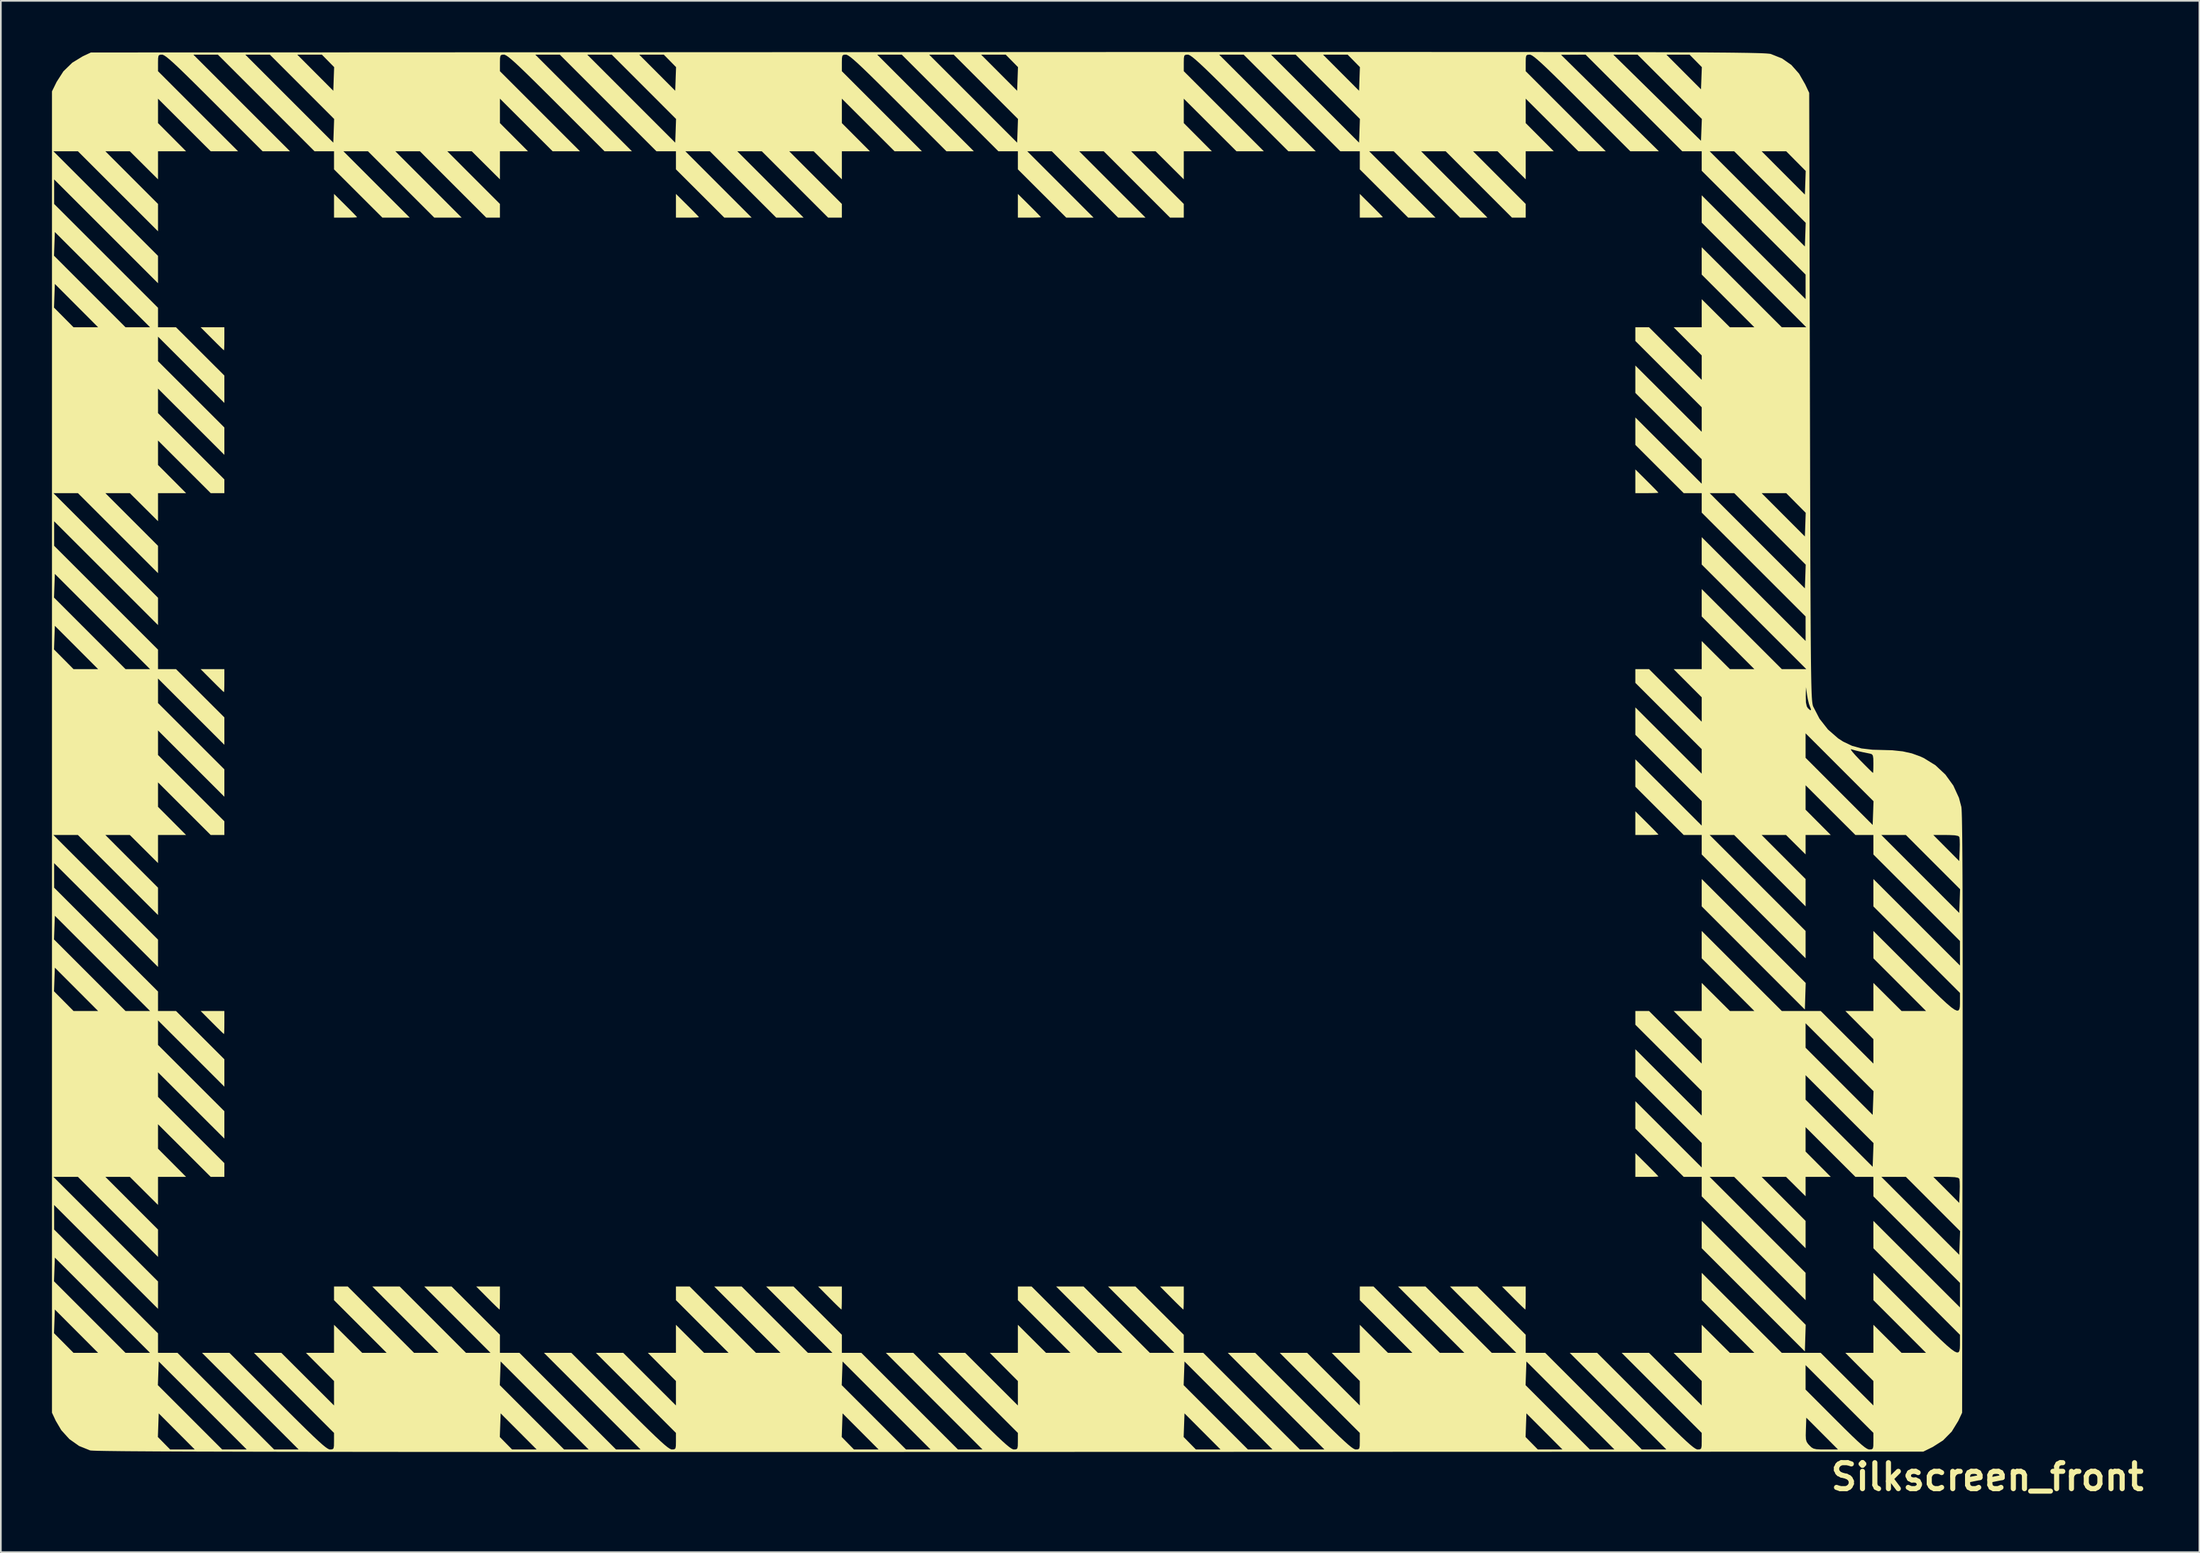
<source format=kicad_pcb>
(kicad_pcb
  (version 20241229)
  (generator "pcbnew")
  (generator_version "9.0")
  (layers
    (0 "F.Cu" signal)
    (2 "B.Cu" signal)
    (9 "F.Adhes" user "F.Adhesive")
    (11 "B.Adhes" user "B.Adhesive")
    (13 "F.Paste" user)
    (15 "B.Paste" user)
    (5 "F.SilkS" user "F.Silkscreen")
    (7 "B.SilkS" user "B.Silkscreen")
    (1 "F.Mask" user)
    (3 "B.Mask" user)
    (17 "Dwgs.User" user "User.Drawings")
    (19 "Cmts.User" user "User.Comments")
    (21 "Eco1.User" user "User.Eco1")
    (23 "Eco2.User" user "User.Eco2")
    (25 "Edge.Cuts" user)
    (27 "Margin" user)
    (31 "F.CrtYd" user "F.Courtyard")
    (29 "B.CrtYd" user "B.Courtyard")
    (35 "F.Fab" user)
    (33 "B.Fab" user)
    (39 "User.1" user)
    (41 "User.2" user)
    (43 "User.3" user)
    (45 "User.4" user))
  (footprint "Silkscreen_front"
    (layer "F.Cu")
    (at 113.58 83.638)
    (property "Reference" "Silkscreen_front" (at 0 0 0) (layer "F.SilkS") (effects (font (size 1.524 1.524) (thickness 0.3))))
    (attr board_only exclude_from_pos_files exclude_from_bom)
    (fp_poly (pts (xy -13.713 -32.043) (xy -10.661 -28.991) (xy -10.686 -28.211) (xy -10.71 -27.43) (xy -13.737 -30.458) (xy -16.764 -33.487) (xy -16.764 -35.094)) (stroke (width 0) (type solid)) (fill yes) (layer "F.SilkS"))
    (fp_poly (pts (xy -13.713 -11.977) (xy -10.661 -8.925) (xy -10.686 -8.145) (xy -10.71 -7.364) (xy -13.737 -10.392) (xy -16.764 -13.421) (xy -16.764 -15.028)) (stroke (width 0) (type solid)) (fill yes) (layer "F.SilkS"))
    (fp_poly (pts (xy -103.463 -66.802) (xy -103.465 -66.487) (xy -103.472 -66.251) (xy -103.483 -66.131) (xy -103.486 -66.125) (xy -103.551 -66.181) (xy -103.71 -66.334) (xy -103.939 -66.559) (xy -104.182 -66.802) (xy -104.856 -67.479) (xy -103.463 -67.479)) (stroke (width 0) (type solid)) (fill yes) (layer "F.SilkS"))
    (fp_poly (pts (xy -103.463 -46.736) (xy -103.465 -46.421) (xy -103.472 -46.185) (xy -103.483 -46.065) (xy -103.486 -46.059) (xy -103.551 -46.115) (xy -103.71 -46.268) (xy -103.939 -46.493) (xy -104.182 -46.736) (xy -104.856 -47.413) (xy -103.463 -47.413)) (stroke (width 0) (type solid)) (fill yes) (layer "F.SilkS"))
    (fp_poly (pts (xy -103.463 -26.67) (xy -103.465 -26.355) (xy -103.472 -26.119) (xy -103.483 -25.999) (xy -103.486 -25.993) (xy -103.551 -26.049) (xy -103.71 -26.202) (xy -103.939 -26.427) (xy -104.182 -26.67) (xy -104.856 -27.347) (xy -103.463 -27.347)) (stroke (width 0) (type solid)) (fill yes) (layer "F.SilkS"))
    (fp_poly (pts (xy -96.351 -74.634) (xy -96.081 -74.364) (xy -95.862 -74.141) (xy -95.719 -73.991) (xy -95.673 -73.937) (xy -95.751 -73.926) (xy -95.959 -73.918) (xy -96.255 -73.914) (xy -96.351 -73.914) (xy -97.028 -73.914) (xy -97.028 -75.307)) (stroke (width 0) (type solid)) (fill yes) (layer "F.SilkS"))
    (fp_poly (pts (xy -87.291 -10.499) (xy -87.294 -10.184) (xy -87.301 -9.947) (xy -87.311 -9.828) (xy -87.314 -9.821) (xy -87.38 -9.878) (xy -87.539 -10.03) (xy -87.768 -10.255) (xy -88.011 -10.499) (xy -88.684 -11.176) (xy -87.291 -11.176)) (stroke (width 0) (type solid)) (fill yes) (layer "F.SilkS"))
    (fp_poly (pts (xy -76.285 -74.634) (xy -76.015 -74.364) (xy -75.796 -74.141) (xy -75.653 -73.991) (xy -75.607 -73.937) (xy -75.685 -73.926) (xy -75.893 -73.918) (xy -76.189 -73.914) (xy -76.285 -73.914) (xy -76.962 -73.914) (xy -76.962 -75.307)) (stroke (width 0) (type solid)) (fill yes) (layer "F.SilkS"))
    (fp_poly (pts (xy -67.225 -10.499) (xy -67.228 -10.184) (xy -67.235 -9.947) (xy -67.245 -9.828) (xy -67.248 -9.821) (xy -67.314 -9.878) (xy -67.473 -10.03) (xy -67.702 -10.255) (xy -67.945 -10.499) (xy -68.618 -11.176) (xy -67.225 -11.176)) (stroke (width 0) (type solid)) (fill yes) (layer "F.SilkS"))
    (fp_poly (pts (xy -56.219 -74.634) (xy -55.949 -74.364) (xy -55.73 -74.141) (xy -55.587 -73.991) (xy -55.541 -73.937) (xy -55.619 -73.926) (xy -55.827 -73.918) (xy -56.123 -73.914) (xy -56.219 -73.914) (xy -56.896 -73.914) (xy -56.896 -75.307)) (stroke (width 0) (type solid)) (fill yes) (layer "F.SilkS"))
    (fp_poly (pts (xy -47.159 -10.499) (xy -47.162 -10.184) (xy -47.169 -9.947) (xy -47.179 -9.828) (xy -47.182 -9.821) (xy -47.248 -9.878) (xy -47.407 -10.03) (xy -47.636 -10.255) (xy -47.879 -10.499) (xy -48.552 -11.176) (xy -47.159 -11.176)) (stroke (width 0) (type solid)) (fill yes) (layer "F.SilkS"))
    (fp_poly (pts (xy -36.153 -74.634) (xy -35.883 -74.364) (xy -35.664 -74.141) (xy -35.521 -73.991) (xy -35.475 -73.937) (xy -35.553 -73.926) (xy -35.761 -73.918) (xy -36.057 -73.914) (xy -36.153 -73.914) (xy -36.83 -73.914) (xy -36.83 -75.307)) (stroke (width 0) (type solid)) (fill yes) (layer "F.SilkS"))
    (fp_poly (pts (xy -27.093 -10.499) (xy -27.096 -10.184) (xy -27.103 -9.947) (xy -27.113 -9.828) (xy -27.116 -9.821) (xy -27.182 -9.878) (xy -27.341 -10.03) (xy -27.57 -10.255) (xy -27.813 -10.499) (xy -28.486 -11.176) (xy -27.093 -11.176)) (stroke (width 0) (type solid)) (fill yes) (layer "F.SilkS"))
    (fp_poly (pts (xy -19.981 -58.462) (xy -19.712 -58.192) (xy -19.493 -57.97) (xy -19.349 -57.819) (xy -19.304 -57.766) (xy -19.382 -57.755) (xy -19.589 -57.747) (xy -19.886 -57.743) (xy -19.981 -57.743) (xy -20.659 -57.743) (xy -20.659 -59.136)) (stroke (width 0) (type solid)) (fill yes) (layer "F.SilkS"))
    (fp_poly (pts (xy -19.981 -38.396) (xy -19.712 -38.126) (xy -19.493 -37.904) (xy -19.349 -37.753) (xy -19.304 -37.7) (xy -19.382 -37.689) (xy -19.589 -37.681) (xy -19.886 -37.677) (xy -19.981 -37.677) (xy -20.659 -37.677) (xy -20.659 -39.07)) (stroke (width 0) (type solid)) (fill yes) (layer "F.SilkS"))
    (fp_poly (pts (xy -19.981 -18.33) (xy -19.712 -18.06) (xy -19.493 -17.838) (xy -19.349 -17.687) (xy -19.304 -17.634) (xy -19.382 -17.623) (xy -19.589 -17.615) (xy -19.886 -17.611) (xy -19.981 -17.611) (xy -20.659 -17.611) (xy -20.659 -19.004)) (stroke (width 0) (type solid)) (fill yes) (layer "F.SilkS"))
    (fp_poly (pts (xy -34.525 -83.638) (xy -32.531 -83.637) (xy -30.661 -83.637) (xy -28.912 -83.636) (xy -27.281 -83.635) (xy -25.762 -83.634) (xy -24.351 -83.632) (xy -23.046 -83.631) (xy -21.841 -83.629) (xy -20.733 -83.626) (xy -19.718 -83.624) (xy -18.791 -83.621) (xy -17.949 -83.617) (xy -17.188 -83.614) (xy -16.503 -83.61) (xy -15.891 -83.605) (xy -15.347 -83.601) (xy -14.867 -83.596) (xy -14.448 -83.59) (xy -14.085 -83.585) (xy -13.775 -83.578) (xy -13.513 -83.572) (xy -13.295 -83.565) (xy -13.117 -83.558) (xy -12.976 -83.55) (xy -12.867 -83.541) (xy -12.786 -83.533) (xy -12.728 -83.524) (xy -12.702 -83.517) (xy -12.049 -83.257) (xy -11.504 -82.877) (xy -11.051 -82.365) (xy -10.688 -81.732) (xy -10.456 -81.238) (xy -10.414 -63.415) (xy -10.409 -61.366) (xy -10.404 -59.479) (xy -10.4 -57.748) (xy -10.395 -56.166) (xy -10.391 -54.725) (xy -10.387 -53.42) (xy -10.382 -52.243) (xy -10.377 -51.187) (xy -10.372 -50.245) (xy -10.367 -49.412) (xy -10.361 -48.679) (xy -10.355 -48.04) (xy -10.348 -47.488) (xy -10.34 -47.016) (xy -10.332 -46.617) (xy -10.323 -46.285) (xy -10.314 -46.013) (xy -10.303 -45.794) (xy -10.291 -45.62) (xy -10.278 -45.485) (xy -10.264 -45.383) (xy -10.249 -45.306) (xy -10.233 -45.248) (xy -10.221 -45.216) (xy -9.851 -44.502) (xy -9.354 -43.868) (xy -8.755 -43.347) (xy -8.461 -43.158) (xy -7.947 -42.913) (xy -7.387 -42.758) (xy -6.739 -42.682) (xy -6.313 -42.671) (xy -5.579 -42.651) (xy -4.968 -42.586) (xy -4.435 -42.468) (xy -3.939 -42.289) (xy -3.725 -42.19) (xy -3.045 -41.769) (xy -2.464 -41.225) (xy -1.998 -40.58) (xy -1.668 -39.86) (xy -1.527 -39.328) (xy -1.515 -39.211) (xy -1.504 -38.992) (xy -1.494 -38.665) (xy -1.486 -38.228) (xy -1.478 -37.674) (xy -1.471 -37.001) (xy -1.465 -36.204) (xy -1.46 -35.278) (xy -1.456 -34.22) (xy -1.454 -33.025) (xy -1.452 -31.689) (xy -1.45 -30.208) (xy -1.45 -28.577) (xy -1.451 -26.792) (xy -1.452 -24.849) (xy -1.455 -22.744) (xy -1.457 -21.294) (xy -1.482 -3.768) (xy -1.707 -3.287) (xy -2.092 -2.659) (xy -2.602 -2.141) (xy -3.205 -1.757) (xy -3.764 -1.482) (xy -57.36 -1.466) (xy -61.11 -1.465) (xy -64.694 -1.464) (xy -68.115 -1.463) (xy -71.376 -1.463) (xy -74.482 -1.463) (xy -77.434 -1.463) (xy -80.237 -1.463) (xy -82.894 -1.463) (xy -85.407 -1.464) (xy -87.781 -1.464) (xy -90.018 -1.465) (xy -92.122 -1.466) (xy -94.096 -1.468) (xy -95.943 -1.47) (xy -97.667 -1.471) (xy -99.271 -1.474) (xy -100.758 -1.476) (xy -102.131 -1.479) (xy -103.394 -1.482) (xy -104.55 -1.485) (xy -105.603 -1.488) (xy -106.555 -1.492) (xy -107.41 -1.496) (xy -108.171 -1.501) (xy -108.842 -1.505) (xy -109.425 -1.51) (xy -109.924 -1.516) (xy -110.343 -1.521) (xy -110.684 -1.527) (xy -110.951 -1.533) (xy -111.147 -1.54) (xy -111.276 -1.547) (xy -111.34 -1.554) (xy -111.343 -1.555) (xy -111.987 -1.814) (xy -112.557 -2.217) (xy -112.671 -2.342) (xy -107.365 -2.342) (xy -107.005 -1.975) (xy -106.645 -1.609) (xy -105.201 -1.609) (xy -106.258 -2.669) (xy -107.315 -3.729) (xy -107.34 -3.035) (xy -107.365 -2.342) (xy -112.671 -2.342) (xy -113.034 -2.744) (xy -113.357 -3.292) (xy -113.58 -3.768) (xy -113.58 -5.385) (xy -107.365 -5.385) (xy -105.478 -3.497) (xy -103.591 -1.609) (xy -102.151 -1.609) (xy -104.733 -4.192) (xy -107.315 -6.775) (xy -107.365 -5.385) (xy -113.58 -5.385) (xy -113.58 -8.436) (xy -113.461 -8.436) (xy -112.888 -7.859) (xy -112.315 -7.281) (xy -110.873 -7.281) (xy -112.142 -8.553) (xy -113.411 -9.824) (xy -113.436 -9.13) (xy -113.461 -8.436) (xy -113.58 -8.436) (xy -113.58 -11.481) (xy -113.461 -11.481) (xy -111.362 -9.381) (xy -109.264 -7.281) (xy -107.824 -7.281) (xy -113.411 -12.871) (xy -113.436 -12.176) (xy -113.461 -11.481) (xy -113.58 -11.481) (xy -113.58 -17.611) (xy -113.495 -17.611) (xy -107.357 -11.471) (xy -107.357 -9.865) (xy -113.453 -15.959) (xy -113.453 -15.239) (xy -113.453 -14.519) (xy -110.405 -11.472) (xy -107.357 -8.425) (xy -107.357 -7.281) (xy -106.213 -7.281) (xy -103.378 -4.445) (xy -100.543 -1.609) (xy -99.103 -1.609) (xy -101.939 -4.445) (xy -104.774 -7.281) (xy -103.165 -7.281) (xy -100.33 -4.445) (xy -99.655 -3.771) (xy -99.087 -3.208) (xy -98.619 -2.748) (xy -98.238 -2.381) (xy -97.935 -2.098) (xy -97.701 -1.889) (xy -97.524 -1.745) (xy -97.395 -1.657) (xy -97.304 -1.615) (xy -97.261 -1.609) (xy -97.13 -1.618) (xy -97.06 -1.672) (xy -97.033 -1.812) (xy -97.028 -2.078) (xy -97.028 -2.095) (xy -97.028 -2.342) (xy -87.299 -2.342) (xy -86.939 -1.975) (xy -86.579 -1.609) (xy -85.135 -1.609) (xy -86.192 -2.669) (xy -87.249 -3.729) (xy -87.274 -3.035) (xy -87.299 -2.342) (xy -97.028 -2.342) (xy -97.028 -2.581) (xy -101.726 -7.281) (xy -100.12 -7.281) (xy -98.574 -5.737) (xy -97.028 -4.193) (xy -97.028 -5.385) (xy -87.299 -5.385) (xy -85.412 -3.497) (xy -83.525 -1.609) (xy -82.085 -1.609) (xy -84.667 -4.192) (xy -87.249 -6.775) (xy -87.299 -5.385) (xy -97.028 -5.385) (xy -97.028 -5.627) (xy -97.852 -6.454) (xy -98.676 -7.281) (xy -97.028 -7.281) (xy -97.028 -8.929) (xy -96.201 -8.105) (xy -95.374 -7.281) (xy -93.939 -7.281) (xy -95.484 -8.827) (xy -97.028 -10.373) (xy -97.028 -11.176) (xy -96.222 -11.176) (xy -94.276 -9.229) (xy -92.33 -7.281) (xy -90.891 -7.281) (xy -92.837 -9.229) (xy -94.783 -11.176) (xy -93.174 -11.176) (xy -91.228 -9.229) (xy -89.282 -7.281) (xy -87.843 -7.281) (xy -89.789 -9.229) (xy -91.735 -11.176) (xy -90.129 -11.176) (xy -88.71 -9.759) (xy -87.291 -8.342) (xy -87.291 -7.281) (xy -86.147 -7.281) (xy -83.312 -4.445) (xy -80.477 -1.609) (xy -79.037 -1.609) (xy -81.873 -4.445) (xy -84.708 -7.281) (xy -83.099 -7.281) (xy -80.264 -4.445) (xy -79.589 -3.771) (xy -79.021 -3.208) (xy -78.553 -2.748) (xy -78.172 -2.381) (xy -77.869 -2.098) (xy -77.635 -1.889) (xy -77.458 -1.745) (xy -77.329 -1.657) (xy -77.238 -1.615) (xy -77.195 -1.609) (xy -77.064 -1.618) (xy -76.994 -1.672) (xy -76.967 -1.812) (xy -76.962 -2.078) (xy -76.962 -2.095) (xy -76.962 -2.342) (xy -67.233 -2.342) (xy -66.873 -1.975) (xy -66.513 -1.609) (xy -65.069 -1.609) (xy -66.126 -2.669) (xy -67.183 -3.729) (xy -67.208 -3.035) (xy -67.233 -2.342) (xy -76.962 -2.342) (xy -76.962 -2.581) (xy -81.66 -7.281) (xy -80.054 -7.281) (xy -78.508 -5.737) (xy -76.962 -4.193) (xy -76.962 -5.385) (xy -67.233 -5.385) (xy -65.346 -3.497) (xy -63.459 -1.609) (xy -62.019 -1.609) (xy -64.601 -4.192) (xy -67.183 -6.775) (xy -67.233 -5.385) (xy -76.962 -5.385) (xy -76.962 -5.627) (xy -77.786 -6.454) (xy -78.61 -7.281) (xy -76.962 -7.281) (xy -76.962 -8.929) (xy -76.135 -8.105) (xy -75.308 -7.281) (xy -73.873 -7.281) (xy -75.418 -8.827) (xy -76.962 -10.373) (xy -76.962 -11.176) (xy -76.156 -11.176) (xy -74.21 -9.229) (xy -72.264 -7.281) (xy -70.825 -7.281) (xy -72.771 -9.229) (xy -74.717 -11.176) (xy -73.108 -11.176) (xy -71.162 -9.229) (xy -69.216 -7.281) (xy -67.777 -7.281) (xy -69.723 -9.229) (xy -71.669 -11.176) (xy -70.063 -11.176) (xy -68.644 -9.759) (xy -67.225 -8.342) (xy -67.225 -7.281) (xy -66.081 -7.281) (xy -63.246 -4.445) (xy -60.411 -1.609) (xy -58.971 -1.609) (xy -61.807 -4.445) (xy -64.642 -7.281) (xy -63.033 -7.281) (xy -60.198 -4.445) (xy -59.523 -3.771) (xy -58.955 -3.208) (xy -58.487 -2.748) (xy -58.106 -2.381) (xy -57.803 -2.098) (xy -57.569 -1.889) (xy -57.392 -1.745) (xy -57.263 -1.657) (xy -57.172 -1.615) (xy -57.129 -1.609) (xy -56.998 -1.618) (xy -56.928 -1.672) (xy -56.901 -1.812) (xy -56.896 -2.078) (xy -56.896 -2.095) (xy -56.896 -2.342) (xy -47.167 -2.342) (xy -46.807 -1.975) (xy -46.447 -1.609) (xy -45.003 -1.609) (xy -46.06 -2.669) (xy -47.117 -3.729) (xy -47.142 -3.035) (xy -47.167 -2.342) (xy -56.896 -2.342) (xy -56.896 -2.581) (xy -61.594 -7.281) (xy -59.988 -7.281) (xy -58.442 -5.737) (xy -56.896 -4.193) (xy -56.896 -5.385) (xy -47.167 -5.385) (xy -45.28 -3.497) (xy -43.393 -1.609) (xy -41.953 -1.609) (xy -44.535 -4.192) (xy -47.117 -6.775) (xy -47.167 -5.385) (xy -56.896 -5.385) (xy -56.896 -5.627) (xy -57.72 -6.454) (xy -58.544 -7.281) (xy -56.896 -7.281) (xy -56.896 -8.929) (xy -56.069 -8.105) (xy -55.242 -7.281) (xy -53.807 -7.281) (xy -55.352 -8.827) (xy -56.896 -10.373) (xy -56.896 -11.176) (xy -56.09 -11.176) (xy -54.144 -9.229) (xy -52.198 -7.281) (xy -50.759 -7.281) (xy -52.705 -9.229) (xy -54.651 -11.176) (xy -53.042 -11.176) (xy -51.096 -9.229) (xy -49.15 -7.281) (xy -47.711 -7.281) (xy -49.657 -9.229) (xy -51.603 -11.176) (xy -49.997 -11.176) (xy -48.578 -9.759) (xy -47.159 -8.342) (xy -47.159 -7.281) (xy -46.015 -7.281) (xy -43.18 -4.445) (xy -40.345 -1.609) (xy -38.905 -1.609) (xy -41.741 -4.445) (xy -44.576 -7.281) (xy -42.967 -7.281) (xy -40.132 -4.445) (xy -39.457 -3.771) (xy -38.889 -3.208) (xy -38.421 -2.748) (xy -38.04 -2.381) (xy -37.737 -2.098) (xy -37.503 -1.889) (xy -37.326 -1.745) (xy -37.197 -1.657) (xy -37.106 -1.615) (xy -37.063 -1.609) (xy -36.932 -1.618) (xy -36.862 -1.672) (xy -36.835 -1.812) (xy -36.83 -2.078) (xy -36.83 -2.095) (xy -36.83 -2.342) (xy -27.101 -2.342) (xy -26.741 -1.975) (xy -26.381 -1.609) (xy -24.937 -1.609) (xy -25.994 -2.669) (xy -27.051 -3.729) (xy -27.076 -3.035) (xy -27.101 -2.342) (xy -36.83 -2.342) (xy -36.83 -2.581) (xy -41.528 -7.281) (xy -39.922 -7.281) (xy -38.376 -5.737) (xy -36.83 -4.193) (xy -36.83 -5.385) (xy -27.101 -5.385) (xy -25.214 -3.497) (xy -23.327 -1.609) (xy -21.887 -1.609) (xy -24.469 -4.192) (xy -27.051 -6.775) (xy -27.101 -5.385) (xy -36.83 -5.385) (xy -36.83 -5.627) (xy -37.654 -6.454) (xy -38.478 -7.281) (xy -36.83 -7.281) (xy -36.83 -8.929) (xy -36.003 -8.105) (xy -35.176 -7.281) (xy -33.741 -7.281) (xy -35.286 -8.827) (xy -36.83 -10.373) (xy -36.83 -11.176) (xy -36.024 -11.176) (xy -34.078 -9.229) (xy -32.132 -7.281) (xy -30.693 -7.281) (xy -32.639 -9.229) (xy -34.585 -11.176) (xy -32.976 -11.176) (xy -31.03 -9.229) (xy -29.084 -7.281) (xy -27.645 -7.281) (xy -29.591 -9.229) (xy -31.537 -11.176) (xy -29.931 -11.176) (xy -28.512 -9.759) (xy -27.093 -8.342) (xy -27.093 -7.281) (xy -25.949 -7.281) (xy -23.114 -4.445) (xy -20.279 -1.609) (xy -18.839 -1.609) (xy -21.675 -4.445) (xy -24.51 -7.281) (xy -22.901 -7.281) (xy -20.066 -4.445) (xy -19.391 -3.771) (xy -18.823 -3.208) (xy -18.355 -2.748) (xy -17.974 -2.381) (xy -17.671 -2.098) (xy -17.437 -1.889) (xy -17.26 -1.745) (xy -17.131 -1.657) (xy -17.04 -1.615) (xy -16.997 -1.609) (xy -16.866 -1.618) (xy -16.796 -1.672) (xy -16.769 -1.812) (xy -16.764 -2.078) (xy -16.764 -2.095) (xy -16.764 -2.436) (xy -10.659 -2.436) (xy -10.648 -2.21) (xy -10.605 -2.059) (xy -10.522 -1.935) (xy -10.444 -1.85) (xy -10.321 -1.732) (xy -10.197 -1.661) (xy -10.027 -1.624) (xy -9.767 -1.61) (xy -9.489 -1.609) (xy -8.766 -1.609) (xy -9.696 -2.542) (xy -10.626 -3.475) (xy -10.65 -2.783) (xy -10.659 -2.436) (xy -16.764 -2.436) (xy -16.764 -2.581) (xy -21.462 -7.281) (xy -19.856 -7.281) (xy -18.31 -5.737) (xy -16.764 -4.193) (xy -16.764 -5.627) (xy -17.588 -6.454) (xy -17.694 -6.56) (xy -10.668 -6.56) (xy -10.668 -5.124) (xy -8.912 -3.366) (xy -8.387 -2.843) (xy -7.966 -2.431) (xy -7.636 -2.117) (xy -7.383 -1.89) (xy -7.194 -1.738) (xy -7.056 -1.649) (xy -6.956 -1.612) (xy -6.922 -1.609) (xy -6.791 -1.618) (xy -6.721 -1.672) (xy -6.694 -1.811) (xy -6.689 -2.077) (xy -6.689 -2.096) (xy -6.689 -2.584) (xy -8.678 -4.572) (xy -10.668 -6.56) (xy -17.694 -6.56) (xy -18.412 -7.281) (xy -16.764 -7.281) (xy -16.764 -8.929) (xy -15.937 -8.105) (xy -15.11 -7.281) (xy -13.675 -7.281) (xy -15.22 -8.827) (xy -16.764 -10.373) (xy -16.764 -11.979) (xy -12.064 -7.281) (xy -9.781 -7.281) (xy -8.235 -5.737) (xy -6.689 -4.193) (xy -6.689 -5.627) (xy -7.513 -6.454) (xy -8.336 -7.281) (xy -6.689 -7.281) (xy -6.689 -8.929) (xy -5.035 -7.281) (xy -3.6 -7.281) (xy -5.144 -8.827) (xy -6.689 -10.373) (xy -6.689 -11.979) (xy -4.339 -9.63) (xy -3.698 -8.991) (xy -3.166 -8.465) (xy -2.733 -8.046) (xy -2.388 -7.726) (xy -2.122 -7.5) (xy -1.925 -7.361) (xy -1.786 -7.301) (xy -1.695 -7.314) (xy -1.642 -7.393) (xy -1.617 -7.532) (xy -1.609 -7.723) (xy -1.609 -7.811) (xy -1.609 -8.341) (xy -4.149 -10.88) (xy -6.689 -13.419) (xy -6.689 -15.027) (xy -4.149 -12.488) (xy -1.609 -9.949) (xy -1.609 -11.389) (xy -4.149 -13.928) (xy -6.689 -16.467) (xy -6.689 -17.611) (xy -6.222 -17.611) (xy -1.651 -13.037) (xy -1.626 -13.732) (xy -1.601 -14.427) (xy -3.192 -16.019) (xy -4.782 -17.611) (xy -3.171 -17.611) (xy -1.651 -16.082) (xy -1.626 -16.733) (xy -1.619 -17.06) (xy -1.625 -17.328) (xy -1.641 -17.486) (xy -1.645 -17.497) (xy -1.722 -17.557) (xy -1.915 -17.593) (xy -2.244 -17.609) (xy -2.43 -17.611) (xy -3.171 -17.611) (xy -4.782 -17.611) (xy -6.222 -17.611) (xy -6.689 -17.611) (xy -7.745 -17.611) (xy -9.207 -19.07) (xy -10.668 -20.53) (xy -10.668 -19.096) (xy -9.19 -17.611) (xy -10.668 -17.611) (xy -10.668 -16.472) (xy -11.242 -17.041) (xy -11.815 -17.611) (xy -13.248 -17.611) (xy -11.958 -16.319) (xy -10.668 -15.026) (xy -10.668 -13.421) (xy -14.86 -17.611) (xy -16.297 -17.611) (xy -13.483 -14.795) (xy -10.668 -11.979) (xy -10.668 -10.373) (xy -16.764 -16.467) (xy -16.764 -17.611) (xy -17.821 -17.611) (xy -19.24 -19.028) (xy -20.659 -20.445) (xy -20.659 -22.054) (xy -18.711 -20.108) (xy -16.764 -18.162) (xy -16.764 -19.602) (xy -18.711 -21.548) (xy -20.659 -23.494) (xy -20.659 -25.102) (xy -18.711 -23.156) (xy -16.764 -21.21) (xy -16.764 -22.65) (xy -17.694 -23.579) (xy -10.668 -23.579) (xy -10.668 -22.142) (xy -8.7 -20.171) (xy -6.731 -18.201) (xy -6.706 -18.897) (xy -6.681 -19.592) (xy -8.675 -21.586) (xy -10.668 -23.579) (xy -17.694 -23.579) (xy -18.711 -24.596) (xy -20.659 -26.542) (xy -20.659 -27.347) (xy -20.257 -27.347) (xy -19.856 -27.347) (xy -18.31 -25.803) (xy -16.764 -24.259) (xy -16.764 -25.693) (xy -17.588 -26.52) (xy -17.694 -26.627) (xy -10.668 -26.627) (xy -10.668 -25.19) (xy -8.7 -23.219) (xy -6.731 -21.249) (xy -6.706 -21.945) (xy -6.681 -22.64) (xy -8.675 -24.634) (xy -10.668 -26.627) (xy -17.694 -26.627) (xy -18.412 -27.347) (xy -16.764 -27.347) (xy -16.764 -28.995) (xy -15.937 -28.171) (xy -15.11 -27.347) (xy -13.675 -27.347) (xy -15.22 -28.893) (xy -16.764 -30.439) (xy -16.764 -32.045) (xy -12.064 -27.347) (xy -9.781 -27.347) (xy -8.235 -25.803) (xy -6.689 -24.259) (xy -6.689 -25.693) (xy -7.513 -26.52) (xy -8.336 -27.347) (xy -6.689 -27.347) (xy -6.689 -28.995) (xy -5.035 -27.347) (xy -4.317 -27.347) (xy -3.6 -27.347) (xy -5.144 -28.893) (xy -6.689 -30.439) (xy -6.689 -32.045) (xy -4.339 -29.696) (xy -3.698 -29.057) (xy -3.166 -28.531) (xy -2.733 -28.112) (xy -2.388 -27.792) (xy -2.122 -27.566) (xy -1.925 -27.427) (xy -1.786 -27.367) (xy -1.695 -27.38) (xy -1.642 -27.459) (xy -1.617 -27.598) (xy -1.609 -27.789) (xy -1.609 -27.877) (xy -1.609 -28.407) (xy -4.149 -30.946) (xy -6.689 -33.485) (xy -6.689 -35.093) (xy -4.149 -32.554) (xy -1.609 -30.015) (xy -1.609 -31.455) (xy -4.149 -33.994) (xy -6.689 -36.533) (xy -6.689 -37.677) (xy -6.222 -37.677) (xy -1.651 -33.103) (xy -1.626 -33.798) (xy -1.601 -34.493) (xy -3.192 -36.085) (xy -4.782 -37.677) (xy -3.171 -37.677) (xy -1.651 -36.148) (xy -1.626 -36.799) (xy -1.619 -37.126) (xy -1.625 -37.394) (xy -1.641 -37.552) (xy -1.645 -37.563) (xy -1.722 -37.623) (xy -1.915 -37.659) (xy -2.244 -37.675) (xy -2.43 -37.677) (xy -3.171 -37.677) (xy -4.782 -37.677) (xy -6.222 -37.677) (xy -6.689 -37.677) (xy -7.745 -37.677) (xy -9.207 -39.136) (xy -10.668 -40.596) (xy -10.668 -39.162) (xy -9.19 -37.677) (xy -10.668 -37.677) (xy -10.668 -36.538) (xy -11.242 -37.107) (xy -11.815 -37.677) (xy -13.248 -37.677) (xy -11.958 -36.385) (xy -10.668 -35.092) (xy -10.668 -33.487) (xy -14.86 -37.677) (xy -16.297 -37.677) (xy -13.483 -34.861) (xy -10.668 -32.045) (xy -10.668 -30.439) (xy -16.764 -36.533) (xy -16.764 -37.677) (xy -17.821 -37.677) (xy -19.24 -39.094) (xy -20.659 -40.511) (xy -20.659 -42.12) (xy -18.711 -40.174) (xy -16.764 -38.228) (xy -16.764 -39.668) (xy -18.711 -41.614) (xy -20.659 -43.56) (xy -20.659 -45.168) (xy -18.711 -43.222) (xy -16.764 -41.276) (xy -16.764 -42.716) (xy -17.694 -43.645) (xy -10.668 -43.645) (xy -10.668 -42.208) (xy -8.7 -40.237) (xy -6.731 -38.267) (xy -6.706 -38.963) (xy -6.681 -39.658) (xy -8.675 -41.652) (xy -9.707 -42.685) (xy -8.011 -42.685) (xy -7.918 -42.556) (xy -7.737 -42.348) (xy -7.485 -42.082) (xy -7.453 -42.049) (xy -7.174 -41.767) (xy -6.942 -41.536) (xy -6.78 -41.378) (xy -6.712 -41.317) (xy -6.712 -41.317) (xy -6.7 -41.395) (xy -6.692 -41.597) (xy -6.689 -41.866) (xy -6.694 -42.164) (xy -6.719 -42.334) (xy -6.776 -42.416) (xy -6.879 -42.451) (xy -6.879 -42.451) (xy -7.324 -42.541) (xy -7.696 -42.627) (xy -7.953 -42.698) (xy -8.001 -42.715) (xy -8.011 -42.685) (xy -9.707 -42.685) (xy -10.668 -43.645) (xy -17.694 -43.645) (xy -18.711 -44.662) (xy -20.659 -46.608) (xy -20.659 -47.413) (xy -20.257 -47.413) (xy -19.856 -47.413) (xy -18.31 -45.869) (xy -16.764 -44.325) (xy -16.764 -45.759) (xy -16.816 -45.811) (xy -10.658 -45.811) (xy -10.648 -45.456) (xy -10.598 -45.227) (xy -10.527 -45.112) (xy -10.394 -44.999) (xy -10.346 -45.027) (xy -10.399 -45.184) (xy -10.41 -45.205) (xy -10.475 -45.386) (xy -10.54 -45.663) (xy -10.576 -45.868) (xy -10.647 -46.355) (xy -10.658 -45.811) (xy -16.816 -45.811) (xy -17.588 -46.586) (xy -18.412 -47.413) (xy -16.764 -47.413) (xy -16.764 -49.061) (xy -15.937 -48.237) (xy -15.11 -47.413) (xy -13.675 -47.413) (xy -15.22 -48.959) (xy -16.764 -50.505) (xy -16.764 -52.111) (xy -12.064 -47.413) (xy -10.627 -47.413) (xy -13.695 -50.483) (xy -16.764 -53.553) (xy -16.764 -55.159) (xy -13.716 -52.112) (xy -10.668 -49.065) (xy -10.668 -50.505) (xy -16.764 -56.599) (xy -16.764 -57.743) (xy -16.297 -57.743) (xy -10.71 -52.153) (xy -10.685 -52.848) (xy -10.661 -53.543) (xy -12.759 -55.643) (xy -14.858 -57.743) (xy -13.248 -57.743) (xy -11.979 -56.471) (xy -10.71 -55.2) (xy -10.685 -55.894) (xy -10.661 -56.588) (xy -11.234 -57.165) (xy -11.806 -57.743) (xy -13.248 -57.743) (xy -14.858 -57.743) (xy -16.297 -57.743) (xy -16.764 -57.743) (xy -17.821 -57.743) (xy -19.24 -59.16) (xy -20.659 -60.577) (xy -20.659 -62.186) (xy -18.711 -60.24) (xy -16.764 -58.294) (xy -16.764 -59.734) (xy -18.711 -61.68) (xy -20.659 -63.626) (xy -20.659 -65.234) (xy -18.711 -63.288) (xy -16.764 -61.342) (xy -16.764 -62.782) (xy -18.711 -64.728) (xy -20.659 -66.674) (xy -20.659 -67.479) (xy -20.257 -67.479) (xy -19.856 -67.479) (xy -18.31 -65.935) (xy -16.764 -64.391) (xy -16.764 -65.825) (xy -17.588 -66.652) (xy -18.412 -67.479) (xy -17.588 -67.479) (xy -16.764 -67.479) (xy -16.764 -69.127) (xy -15.937 -68.303) (xy -15.11 -67.479) (xy -14.393 -67.479) (xy -13.675 -67.479) (xy -15.22 -69.025) (xy -16.764 -70.571) (xy -16.764 -72.177) (xy -14.414 -69.828) (xy -12.064 -67.479) (xy -11.345 -67.479) (xy -10.627 -67.479) (xy -13.695 -70.549) (xy -16.764 -73.619) (xy -16.764 -75.225) (xy -13.716 -72.178) (xy -10.668 -69.131) (xy -10.668 -70.571) (xy -16.764 -76.665) (xy -16.764 -77.809) (xy -16.297 -77.809) (xy -10.71 -72.219) (xy -10.685 -72.914) (xy -10.661 -73.609) (xy -12.759 -75.709) (xy -14.858 -77.809) (xy -13.248 -77.809) (xy -11.979 -76.537) (xy -10.71 -75.266) (xy -10.685 -75.96) (xy -10.661 -76.654) (xy -11.234 -77.231) (xy -11.806 -77.809) (xy -13.248 -77.809) (xy -14.858 -77.809) (xy -16.297 -77.809) (xy -16.764 -77.809) (xy -17.908 -77.809) (xy -20.743 -80.645) (xy -23.579 -83.481) (xy -21.951 -83.481) (xy -19.379 -80.953) (xy -16.806 -78.425) (xy -16.781 -79.065) (xy -16.756 -79.705) (xy -18.643 -81.593) (xy -20.53 -83.481) (xy -21.241 -83.481) (xy -21.951 -83.481) (xy -18.836 -83.481) (xy -16.806 -81.446) (xy -16.781 -82.097) (xy -16.756 -82.747) (xy -17.116 -83.114) (xy -17.477 -83.481) (xy -18.156 -83.481) (xy -18.836 -83.481) (xy -21.951 -83.481) (xy -23.579 -83.481) (xy -24.299 -83.477) (xy -25.019 -83.473) (xy -22.148 -80.641) (xy -19.277 -77.809) (xy -20.956 -77.809) (xy -23.791 -80.645) (xy -24.467 -81.319) (xy -25.034 -81.882) (xy -25.503 -82.342) (xy -25.883 -82.709) (xy -26.186 -82.992) (xy -26.421 -83.201) (xy -26.597 -83.345) (xy -26.726 -83.433) (xy -26.818 -83.475) (xy -26.86 -83.481) (xy -26.991 -83.472) (xy -27.061 -83.418) (xy -27.088 -83.278) (xy -27.093 -83.012) (xy -27.093 -82.995) (xy -27.093 -82.509) (xy -24.744 -80.159) (xy -22.395 -77.809) (xy -24.001 -77.809) (xy -25.547 -79.353) (xy -27.093 -80.897) (xy -27.093 -79.463) (xy -26.269 -78.636) (xy -25.446 -77.809) (xy -27.093 -77.809) (xy -27.093 -76.161) (xy -27.92 -76.985) (xy -28.747 -77.809) (xy -30.182 -77.809) (xy -28.638 -76.263) (xy -27.093 -74.717) (xy -27.093 -74.315) (xy -27.093 -73.914) (xy -27.899 -73.914) (xy -29.845 -75.861) (xy -31.791 -77.809) (xy -33.23 -77.809) (xy -31.284 -75.861) (xy -29.338 -73.914) (xy -30.947 -73.914) (xy -32.893 -75.861) (xy -34.839 -77.809) (xy -36.278 -77.809) (xy -34.332 -75.861) (xy -32.386 -73.914) (xy -33.992 -73.914) (xy -35.411 -75.331) (xy -36.83 -76.748) (xy -36.83 -77.809) (xy -37.974 -77.809) (xy -40.809 -80.645) (xy -43.645 -83.481) (xy -42.036 -83.481) (xy -39.454 -80.898) (xy -36.872 -78.315) (xy -36.847 -79.01) (xy -36.823 -79.705) (xy -38.709 -81.593) (xy -40.596 -83.481) (xy -38.986 -83.481) (xy -37.929 -82.421) (xy -36.872 -81.361) (xy -36.848 -82.055) (xy -36.823 -82.748) (xy -37.183 -83.115) (xy -37.543 -83.481) (xy -38.265 -83.481) (xy -38.986 -83.481) (xy -40.596 -83.481) (xy -42.036 -83.481) (xy -43.645 -83.481) (xy -45.084 -83.481) (xy -42.249 -80.645) (xy -39.413 -77.809) (xy -41.022 -77.809) (xy -43.857 -80.645) (xy -44.533 -81.319) (xy -45.1 -81.882) (xy -45.569 -82.342) (xy -45.949 -82.709) (xy -46.252 -82.992) (xy -46.487 -83.201) (xy -46.663 -83.345) (xy -46.792 -83.433) (xy -46.884 -83.475) (xy -46.926 -83.481) (xy -47.057 -83.472) (xy -47.127 -83.418) (xy -47.154 -83.278) (xy -47.159 -83.012) (xy -47.159 -82.995) (xy -47.159 -82.509) (xy -44.81 -80.159) (xy -42.461 -77.809) (xy -44.067 -77.809) (xy -45.613 -79.353) (xy -47.159 -80.897) (xy -47.159 -79.463) (xy -46.335 -78.636) (xy -45.512 -77.809) (xy -47.159 -77.809) (xy -47.159 -76.161) (xy -47.986 -76.985) (xy -48.813 -77.809) (xy -50.248 -77.809) (xy -48.704 -76.263) (xy -47.159 -74.717) (xy -47.159 -74.315) (xy -47.159 -73.914) (xy -47.965 -73.914) (xy -49.911 -75.861) (xy -51.857 -77.809) (xy -53.296 -77.809) (xy -51.35 -75.861) (xy -49.404 -73.914) (xy -51.013 -73.914) (xy -52.959 -75.861) (xy -54.905 -77.809) (xy -56.344 -77.809) (xy -54.398 -75.861) (xy -52.452 -73.914) (xy -54.058 -73.914) (xy -55.477 -75.331) (xy -56.896 -76.748) (xy -56.896 -77.809) (xy -58.04 -77.809) (xy -60.875 -80.645) (xy -63.711 -83.481) (xy -62.102 -83.481) (xy -59.52 -80.898) (xy -56.938 -78.315) (xy -56.913 -79.01) (xy -56.889 -79.705) (xy -58.775 -81.593) (xy -60.662 -83.481) (xy -59.052 -83.481) (xy -57.995 -82.421) (xy -56.938 -81.361) (xy -56.914 -82.055) (xy -56.889 -82.748) (xy -57.249 -83.115) (xy -57.609 -83.481) (xy -58.331 -83.481) (xy -59.052 -83.481) (xy -60.662 -83.481) (xy -62.102 -83.481) (xy -63.711 -83.481) (xy -65.15 -83.481) (xy -62.315 -80.645) (xy -59.479 -77.809) (xy -61.088 -77.809) (xy -63.923 -80.645) (xy -64.599 -81.319) (xy -65.166 -81.882) (xy -65.635 -82.342) (xy -66.015 -82.709) (xy -66.318 -82.992) (xy -66.553 -83.201) (xy -66.729 -83.345) (xy -66.858 -83.433) (xy -66.95 -83.475) (xy -66.992 -83.481) (xy -67.123 -83.472) (xy -67.193 -83.418) (xy -67.22 -83.278) (xy -67.225 -83.012) (xy -67.225 -82.995) (xy -67.225 -82.509) (xy -64.876 -80.159) (xy -62.527 -77.809) (xy -64.133 -77.809) (xy -65.679 -79.353) (xy -67.225 -80.897) (xy -67.225 -79.463) (xy -66.401 -78.636) (xy -65.578 -77.809) (xy -67.225 -77.809) (xy -67.225 -76.985) (xy -67.225 -76.161) (xy -68.052 -76.985) (xy -68.879 -77.809) (xy -70.314 -77.809) (xy -68.77 -76.263) (xy -67.225 -74.717) (xy -67.225 -73.914) (xy -68.031 -73.914) (xy -69.977 -75.861) (xy -71.923 -77.809) (xy -73.362 -77.809) (xy -71.416 -75.861) (xy -69.47 -73.914) (xy -71.079 -73.914) (xy -73.025 -75.861) (xy -74.971 -77.809) (xy -76.41 -77.809) (xy -74.464 -75.861) (xy -72.518 -73.914) (xy -74.124 -73.914) (xy -75.543 -75.331) (xy -76.962 -76.748) (xy -76.962 -77.809) (xy -78.106 -77.809) (xy -80.941 -80.645) (xy -83.777 -83.481) (xy -82.168 -83.481) (xy -79.586 -80.898) (xy -77.004 -78.315) (xy -76.979 -79.01) (xy -76.955 -79.705) (xy -78.841 -81.593) (xy -80.728 -83.481) (xy -79.118 -83.481) (xy -78.061 -82.421) (xy -77.004 -81.361) (xy -76.98 -82.055) (xy -76.955 -82.748) (xy -77.315 -83.115) (xy -77.675 -83.481) (xy -78.397 -83.481) (xy -79.118 -83.481) (xy -80.728 -83.481) (xy -82.168 -83.481) (xy -83.777 -83.481) (xy -85.216 -83.481) (xy -82.381 -80.645) (xy -79.545 -77.809) (xy -81.154 -77.809) (xy -83.989 -80.645) (xy -84.665 -81.319) (xy -85.232 -81.882) (xy -85.701 -82.342) (xy -86.081 -82.709) (xy -86.384 -82.992) (xy -86.619 -83.201) (xy -86.795 -83.345) (xy -86.924 -83.433) (xy -87.016 -83.475) (xy -87.058 -83.481) (xy -87.189 -83.472) (xy -87.259 -83.418) (xy -87.286 -83.278) (xy -87.291 -83.012) (xy -87.291 -82.995) (xy -87.291 -82.509) (xy -84.942 -80.159) (xy -82.593 -77.809) (xy -84.199 -77.809) (xy -85.745 -79.353) (xy -87.291 -80.897) (xy -87.291 -79.463) (xy -86.467 -78.636) (xy -85.644 -77.809) (xy -87.291 -77.809) (xy -87.291 -76.161) (xy -88.118 -76.985) (xy -88.945 -77.809) (xy -90.38 -77.809) (xy -88.836 -76.263) (xy -87.291 -74.717) (xy -87.291 -73.914) (xy -88.097 -73.914) (xy -90.043 -75.861) (xy -91.989 -77.809) (xy -93.428 -77.809) (xy -91.482 -75.861) (xy -89.536 -73.914) (xy -91.145 -73.914) (xy -93.091 -75.861) (xy -95.037 -77.809) (xy -96.476 -77.809) (xy -94.53 -75.861) (xy -92.584 -73.914) (xy -94.19 -73.914) (xy -95.609 -75.331) (xy -97.028 -76.748) (xy -97.028 -77.809) (xy -98.172 -77.809) (xy -101.007 -80.645) (xy -103.843 -83.481) (xy -102.234 -83.481) (xy -99.652 -80.898) (xy -97.07 -78.315) (xy -97.045 -79.01) (xy -97.021 -79.705) (xy -98.907 -81.593) (xy -100.794 -83.481) (xy -99.184 -83.481) (xy -98.127 -82.421) (xy -97.07 -81.361) (xy -97.046 -82.055) (xy -97.021 -82.748) (xy -97.381 -83.115) (xy -97.741 -83.481) (xy -98.463 -83.481) (xy -99.184 -83.481) (xy -100.794 -83.481) (xy -102.234 -83.481) (xy -103.843 -83.481) (xy -105.282 -83.481) (xy -102.447 -80.645) (xy -99.611 -77.809) (xy -101.22 -77.809) (xy -104.055 -80.645) (xy -104.731 -81.319) (xy -105.298 -81.882) (xy -105.767 -82.342) (xy -106.147 -82.709) (xy -106.45 -82.992) (xy -106.685 -83.201) (xy -106.861 -83.345) (xy -106.99 -83.433) (xy -107.082 -83.475) (xy -107.124 -83.481) (xy -107.255 -83.472) (xy -107.325 -83.418) (xy -107.352 -83.278) (xy -107.357 -83.012) (xy -107.357 -82.995) (xy -107.357 -82.509) (xy -102.659 -77.809) (xy -104.265 -77.809) (xy -105.811 -79.353) (xy -107.357 -80.897) (xy -107.357 -80.18) (xy -107.357 -79.463) (xy -106.533 -78.636) (xy -105.71 -77.809) (xy -107.357 -77.809) (xy -107.357 -76.985) (xy -107.357 -76.161) (xy -108.184 -76.985) (xy -109.011 -77.809) (xy -110.446 -77.809) (xy -108.902 -76.263) (xy -107.357 -74.717) (xy -107.357 -73.111) (xy -109.707 -75.46) (xy -112.057 -77.809) (xy -113.495 -77.809) (xy -110.426 -74.739) (xy -107.357 -71.669) (xy -107.357 -70.063) (xy -113.453 -76.157) (xy -113.453 -74.717) (xy -110.405 -71.67) (xy -107.357 -68.623) (xy -107.357 -68.051) (xy -107.357 -67.479) (xy -106.301 -67.479) (xy -104.882 -66.062) (xy -103.463 -64.645) (xy -103.463 -63.036) (xy -107.357 -66.928) (xy -107.357 -65.488) (xy -105.41 -63.542) (xy -103.463 -61.596) (xy -103.463 -59.988) (xy -107.357 -63.88) (xy -107.357 -62.44) (xy -105.41 -60.494) (xy -103.463 -58.548) (xy -103.463 -57.743) (xy -104.265 -57.743) (xy -105.811 -59.287) (xy -107.357 -60.831) (xy -107.357 -60.114) (xy -107.357 -59.397) (xy -106.533 -58.57) (xy -105.71 -57.743) (xy -107.357 -57.743) (xy -107.357 -56.919) (xy -107.357 -56.095) (xy -108.184 -56.919) (xy -109.011 -57.743) (xy -110.446 -57.743) (xy -108.902 -56.197) (xy -107.357 -54.651) (xy -107.357 -53.848) (xy -107.357 -53.045) (xy -109.707 -55.394) (xy -112.057 -57.743) (xy -113.495 -57.743) (xy -107.357 -51.603) (xy -107.357 -50.8) (xy -107.357 -49.997) (xy -113.453 -56.091) (xy -113.453 -54.651) (xy -110.405 -51.604) (xy -107.357 -48.557) (xy -107.357 -47.985) (xy -107.357 -47.413) (xy -106.301 -47.413) (xy -104.882 -45.996) (xy -103.463 -44.579) (xy -103.463 -42.97) (xy -107.357 -46.862) (xy -107.357 -45.422) (xy -105.41 -43.476) (xy -103.463 -41.53) (xy -103.463 -39.922) (xy -107.357 -43.814) (xy -107.357 -42.374) (xy -105.41 -40.428) (xy -103.463 -38.482) (xy -103.463 -37.677) (xy -104.265 -37.677) (xy -105.811 -39.221) (xy -107.357 -40.765) (xy -107.357 -39.331) (xy -106.533 -38.504) (xy -105.71 -37.677) (xy -107.357 -37.677) (xy -107.357 -36.853) (xy -107.357 -36.029) (xy -108.184 -36.853) (xy -109.011 -37.677) (xy -110.446 -37.677) (xy -108.902 -36.131) (xy -107.357 -34.585) (xy -107.357 -32.979) (xy -109.707 -35.328) (xy -112.057 -37.677) (xy -113.495 -37.677) (xy -110.426 -34.607) (xy -107.357 -31.537) (xy -107.357 -29.931) (xy -113.453 -36.025) (xy -113.453 -35.305) (xy -113.453 -34.585) (xy -110.405 -31.538) (xy -107.357 -28.491) (xy -107.357 -27.347) (xy -106.301 -27.347) (xy -104.882 -25.93) (xy -103.463 -24.513) (xy -103.463 -22.904) (xy -107.357 -26.796) (xy -107.357 -25.356) (xy -105.41 -23.41) (xy -103.463 -21.464) (xy -103.463 -19.856) (xy -107.357 -23.748) (xy -107.357 -22.308) (xy -105.41 -20.362) (xy -103.463 -18.416) (xy -103.463 -17.611) (xy -104.265 -17.611) (xy -105.811 -19.155) (xy -107.357 -20.699) (xy -107.357 -19.265) (xy -106.533 -18.438) (xy -105.71 -17.611) (xy -107.357 -17.611) (xy -107.357 -16.787) (xy -107.357 -15.963) (xy -108.184 -16.787) (xy -109.011 -17.611) (xy -110.446 -17.611) (xy -108.902 -16.065) (xy -107.357 -14.519) (xy -107.357 -12.913) (xy -109.707 -15.262) (xy -112.057 -17.611) (xy -113.495 -17.611) (xy -113.58 -17.611) (xy -113.58 -28.502) (xy -113.461 -28.502) (xy -112.888 -27.925) (xy -112.315 -27.347) (xy -110.873 -27.347) (xy -112.142 -28.619) (xy -113.411 -29.89) (xy -113.436 -29.196) (xy -113.461 -28.502) (xy -113.58 -28.502) (xy -113.58 -31.547) (xy -113.461 -31.547) (xy -111.362 -29.447) (xy -109.264 -27.347) (xy -107.824 -27.347) (xy -113.411 -32.937) (xy -113.436 -32.242) (xy -113.461 -31.547) (xy -113.58 -31.547) (xy -113.58 -48.568) (xy -113.461 -48.568) (xy -112.888 -47.991) (xy -112.315 -47.413) (xy -110.873 -47.413) (xy -112.142 -48.685) (xy -113.411 -49.956) (xy -113.436 -49.262) (xy -113.461 -48.568) (xy -113.58 -48.568) (xy -113.58 -51.613) (xy -113.461 -51.613) (xy -111.362 -49.513) (xy -109.264 -47.413) (xy -107.824 -47.413) (xy -113.411 -53.003) (xy -113.436 -52.308) (xy -113.461 -51.613) (xy -113.58 -51.613) (xy -113.58 -68.634) (xy -113.461 -68.634) (xy -112.888 -68.057) (xy -112.315 -67.479) (xy -110.873 -67.479) (xy -112.142 -68.751) (xy -113.411 -70.022) (xy -113.436 -69.328) (xy -113.461 -68.634) (xy -113.58 -68.634) (xy -113.58 -71.679) (xy -113.461 -71.679) (xy -111.362 -69.579) (xy -109.264 -67.479) (xy -107.824 -67.479) (xy -113.411 -73.069) (xy -113.436 -72.374) (xy -113.461 -71.679) (xy -113.58 -71.679) (xy -113.58 -81.326) (xy -113.305 -81.885) (xy -112.909 -82.502) (xy -112.388 -83.009) (xy -111.775 -83.383) (xy -111.294 -83.608) (xy -62.232 -83.63) (xy -58.766 -83.631) (xy -55.465 -83.633) (xy -52.325 -83.634) (xy -49.343 -83.635) (xy -46.514 -83.636) (xy -43.834 -83.637) (xy -41.299 -83.637) (xy -38.906 -83.637) (xy -36.649 -83.638)) (stroke (width 0) (type solid)) (fill yes) (layer "F.SilkS")))
  (gr_rect
    (start -3 -3)
    (end 126.022 88.056)
    (stroke (width 0.1) (type default))
    (fill no)
    (layer "Edge.Cuts")))
</source>
